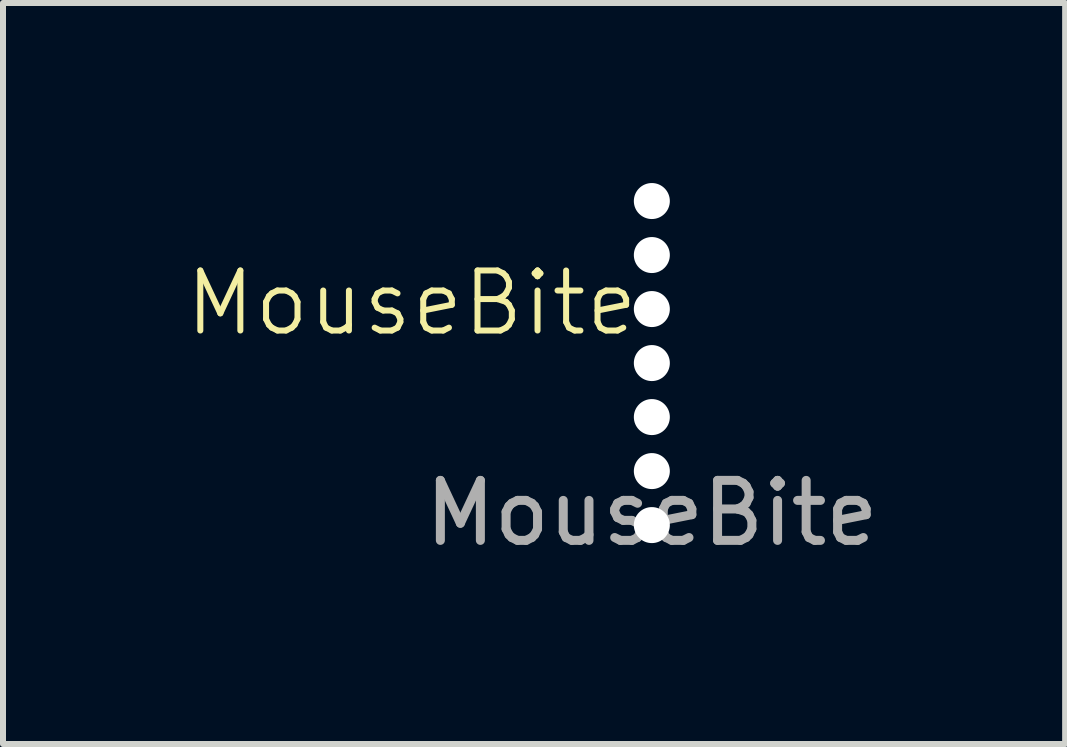
<source format=kicad_pcb>
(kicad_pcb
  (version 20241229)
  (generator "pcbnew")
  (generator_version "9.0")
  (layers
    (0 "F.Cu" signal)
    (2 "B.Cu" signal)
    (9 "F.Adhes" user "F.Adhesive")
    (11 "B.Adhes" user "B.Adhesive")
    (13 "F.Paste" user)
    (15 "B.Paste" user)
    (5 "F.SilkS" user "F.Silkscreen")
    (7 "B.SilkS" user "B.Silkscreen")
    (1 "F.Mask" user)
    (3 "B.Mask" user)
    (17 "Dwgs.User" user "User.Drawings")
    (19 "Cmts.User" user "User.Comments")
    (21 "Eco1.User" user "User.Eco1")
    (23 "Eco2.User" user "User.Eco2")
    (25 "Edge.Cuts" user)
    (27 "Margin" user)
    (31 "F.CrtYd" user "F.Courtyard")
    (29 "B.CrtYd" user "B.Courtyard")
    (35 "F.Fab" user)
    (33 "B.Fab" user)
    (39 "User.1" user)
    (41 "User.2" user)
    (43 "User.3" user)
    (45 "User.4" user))
  (footprint "MouseBite"
    (layer "F.Cu")
    (at 7.812 3)
    (property "Reference" "MouseBite" (at -4 -1 0) (unlocked yes) (layer "F.SilkS") (effects (font (size 1 1) (thickness 0.1))))
    (attr through_hole)
    (fp_text user "${REFERENCE}" (at 0 2.5 0) (unlocked yes) (layer "F.Fab") (effects (font (size 1 1) (thickness 0.15))))
    (pad "" np_thru_hole circle (at 0 -2.7) (size 0.6 0.6) (drill 0.6) (layers "*.Cu"))
    (pad "" np_thru_hole circle (at 0 -1.8) (size 0.6 0.6) (drill 0.6) (layers "*.Cu"))
    (pad "" np_thru_hole circle (at 0 -0.9) (size 0.6 0.6) (drill 0.6) (layers "*.Cu"))
    (pad "" np_thru_hole circle (at 0 0) (size 0.6 0.6) (drill 0.6) (layers "*.Cu"))
    (pad "" np_thru_hole circle (at 0 0.9) (size 0.6 0.6) (drill 0.6) (layers "*.Cu"))
    (pad "" np_thru_hole circle (at 0 1.8) (size 0.6 0.6) (drill 0.6) (layers "*.Cu"))
    (pad "" np_thru_hole circle (at 0 2.7) (size 0.6 0.6) (drill 0.6) (layers "*.Cu")))
  (gr_rect
    (start -3 -3)
    (end 14.699 9.348)
    (stroke (width 0.1) (type default))
    (fill no)
    (layer "Edge.Cuts")))
</source>
